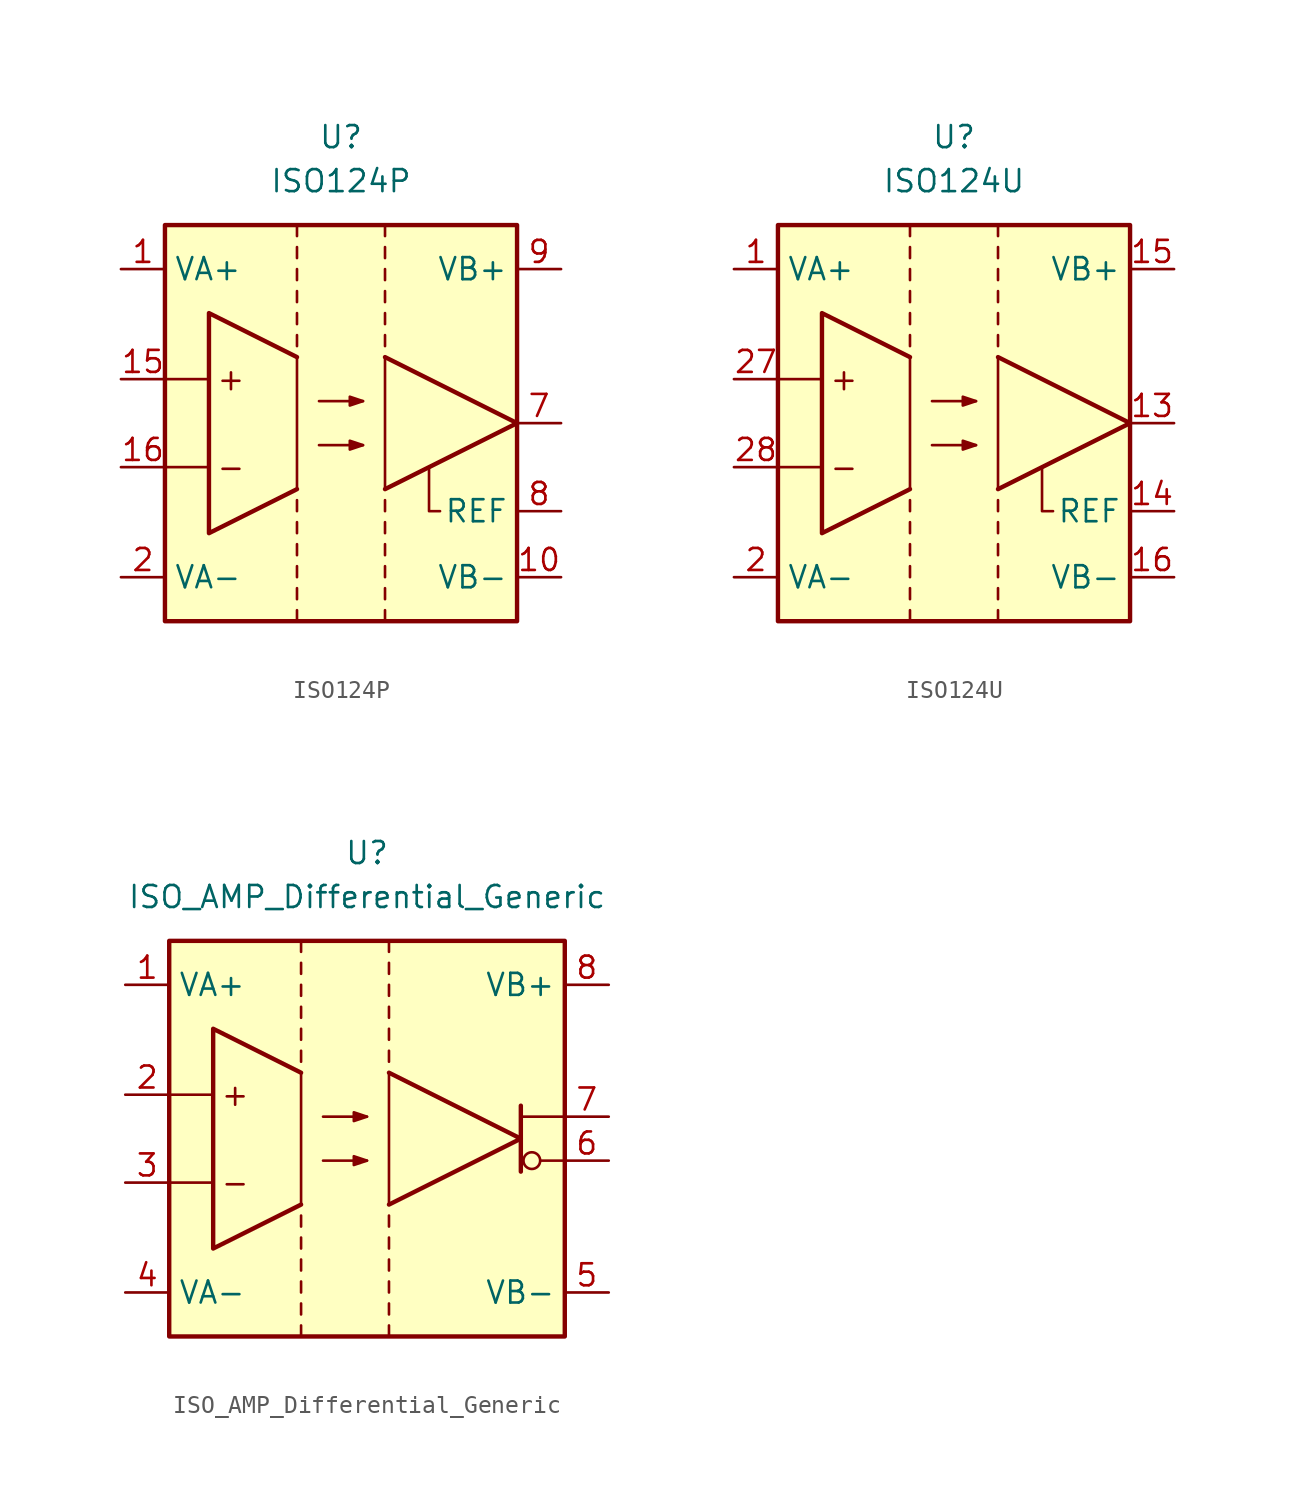
<source format=kicad_sym>
(kicad_symbol_lib
  (version 20231120)
  (generator "kicad_symbol_editor")
  (generator_version "8.0")
  (symbol "ISO124P"
    (property "Reference" "U"
      (at 0 16.51 0)
      (effects (font (size 1.27 1.27))))
    (property "Value" "ISO124P"
      (at 0 13.97 0)
      (effects (font (size 1.27 1.27))))
    (symbol "ISO124P_0_0"
      (rectangle (start -10.16 11.43) (end 10.16 -11.43) (stroke (width 0.254) (type default)) (fill (type background)))
      (polyline (pts (xy -10.16 -2.54) (xy -7.62 -2.54)) (stroke (width 0.152) (type default)) (fill (type none)))
      (polyline (pts (xy -10.16 2.54) (xy -7.62 2.54)) (stroke (width 0.152) (type default)) (fill (type none)))
      (text "+" (at -6.35 2.54 0) (effects (font (size 1.27 1.27))))
      (text "-" (at -6.35 -2.54 0) (effects (font (size 1.27 1.27)))))
    (symbol "ISO124P_0_1"
      (polyline (pts (xy -2.54 -11.43) (xy -2.54 -10.795)) (stroke (width 0.152) (type default)) (fill (type none)))
      (polyline (pts (xy -2.54 -10.16) (xy -2.54 -9.525)) (stroke (width 0.152) (type default)) (fill (type none)))
      (polyline (pts (xy -2.54 -8.255) (xy -2.54 -8.89)) (stroke (width 0.152) (type default)) (fill (type none)))
      (polyline (pts (xy -2.54 -6.985) (xy -2.54 -7.62)) (stroke (width 0.152) (type default)) (fill (type none)))
      (polyline (pts (xy -2.54 -5.715) (xy -2.54 -6.35)) (stroke (width 0.152) (type default)) (fill (type none)))
      (polyline (pts (xy -2.54 -4.445) (xy -2.54 -5.08)) (stroke (width 0.152) (type default)) (fill (type none)))
      (polyline (pts (xy -2.54 4.445) (xy -2.54 5.08)) (stroke (width 0.152) (type default)) (fill (type none)))
      (polyline (pts (xy -2.54 5.715) (xy -2.54 6.35)) (stroke (width 0.152) (type default)) (fill (type none)))
      (polyline (pts (xy -2.54 7.62) (xy -2.54 6.985)) (stroke (width 0.152) (type default)) (fill (type none)))
      (polyline (pts (xy -2.54 8.89) (xy -2.54 8.255)) (stroke (width 0.152) (type default)) (fill (type none)))
      (polyline (pts (xy -2.54 10.16) (xy -2.54 9.525)) (stroke (width 0.152) (type default)) (fill (type none)))
      (polyline (pts (xy -2.54 11.43) (xy -2.54 10.795)) (stroke (width 0.152) (type default)) (fill (type none)))
      (polyline (pts (xy 1.27 -1.27) (xy -1.27 -1.27)) (stroke (width 0.152) (type default)) (fill (type none)))
      (polyline (pts (xy 1.27 1.27) (xy -1.27 1.27)) (stroke (width 0.152) (type default)) (fill (type none)))
      (polyline (pts (xy 2.54 -11.43) (xy 2.54 -10.795)) (stroke (width 0.152) (type default)) (fill (type none)))
      (polyline (pts (xy 2.54 -10.16) (xy 2.54 -9.525)) (stroke (width 0.152) (type default)) (fill (type none)))
      (polyline (pts (xy 2.54 -8.255) (xy 2.54 -8.89)) (stroke (width 0.152) (type default)) (fill (type none)))
      (polyline (pts (xy 2.54 -6.985) (xy 2.54 -7.62)) (stroke (width 0.152) (type default)) (fill (type none)))
      (polyline (pts (xy 2.54 -5.715) (xy 2.54 -6.35)) (stroke (width 0.152) (type default)) (fill (type none)))
      (polyline (pts (xy 2.54 -4.445) (xy 2.54 -5.08)) (stroke (width 0.152) (type default)) (fill (type none)))
      (polyline (pts (xy 2.54 4.445) (xy 2.54 5.08)) (stroke (width 0.152) (type default)) (fill (type none)))
      (polyline (pts (xy 2.54 5.715) (xy 2.54 6.35)) (stroke (width 0.152) (type default)) (fill (type none)))
      (polyline (pts (xy 2.54 7.62) (xy 2.54 6.985)) (stroke (width 0.152) (type default)) (fill (type none)))
      (polyline (pts (xy 2.54 8.89) (xy 2.54 8.255)) (stroke (width 0.152) (type default)) (fill (type none)))
      (polyline (pts (xy 2.54 10.16) (xy 2.54 9.525)) (stroke (width 0.152) (type default)) (fill (type none)))
      (polyline (pts (xy 2.54 11.43) (xy 2.54 10.795)) (stroke (width 0.152) (type default)) (fill (type none)))
      (polyline (pts (xy 2.54 3.81) (xy 10.16 0) (xy 2.54 -3.81)) (stroke (width 0.254) (type default)) (fill (type none)))
      (polyline (pts (xy 5.715 -5.08) (xy 5.08 -5.08) (xy 5.08 -2.54)) (stroke (width 0.152) (type default)) (fill (type none)))
      (polyline (pts (xy -2.54 3.81) (xy -7.62 6.35) (xy -7.62 -6.35) (xy -2.54 -3.81)) (stroke (width 0.254) (type default)) (fill (type none)))
      (polyline (pts (xy 1.27 -1.27) (xy 0.508 -1.016) (xy 0.508 -1.524) (xy 1.27 -1.27)) (stroke (width 0.152) (type default)) (fill (type outline)))
      (polyline (pts (xy 1.27 1.27) (xy 0.508 1.524) (xy 0.508 1.016) (xy 1.27 1.27)) (stroke (width 0.152) (type default)) (fill (type outline)))
      (polyline (pts (xy 2.54 3.81) (xy 2.54 -3.81) (xy 10.16 0) (xy 2.54 3.81)) (stroke (width 0.152) (type default)) (fill (type none)))
      (polyline (pts (xy -2.54 3.81) (xy -7.62 6.35) (xy -7.62 -6.35) (xy -2.54 -3.81) (xy -2.54 3.81)) (stroke (width 0.152) (type default)) (fill (type none))))
    (symbol "ISO124P_1_1"
      (pin power_in line (at -12.7 8.89 0) (length 2.54) (name "VA+" (effects (font (size 1.27 1.27)))) (number "1" (effects (font (size 1.27 1.27)))))
      (pin power_in line (at 12.7 -8.89 180) (length 2.54) (name "VB-" (effects (font (size 1.27 1.27)))) (number "10" (effects (font (size 1.27 1.27)))))
      (pin input line (at -12.7 2.54 0) (length 2.54) (name "~" (effects (font (size 1.27 1.27)))) (number "15" (effects (font (size 1.27 1.27)))))
      (pin input line (at -12.7 -2.54 0) (length 2.54) (name "~" (effects (font (size 1.27 1.27)))) (number "16" (effects (font (size 1.27 1.27)))))
      (pin power_in line (at -12.7 -8.89 0) (length 2.54) (name "VA-" (effects (font (size 1.27 1.27)))) (number "2" (effects (font (size 1.27 1.27)))))
      (pin output line (at 12.7 0 180) (length 2.54) (name "~" (effects (font (size 1.27 1.27)))) (number "7" (effects (font (size 1.27 1.27)))))
      (pin input line (at 12.7 -5.08 180) (length 2.54) (name "REF" (effects (font (size 1.27 1.27)))) (number "8" (effects (font (size 1.27 1.27)))))
      (pin power_in line (at 12.7 8.89 180) (length 2.54) (name "VB+" (effects (font (size 1.27 1.27)))) (number "9" (effects (font (size 1.27 1.27)))))))
  (symbol "ISO124U"
    (property "Reference" "U"
      (at 0 16.51 0)
      (effects (font (size 1.27 1.27))))
    (property "Value" "ISO124U"
      (at 0 13.97 0)
      (effects (font (size 1.27 1.27))))
    (symbol "ISO124U_0_0"
      (rectangle (start -10.16 11.43) (end 10.16 -11.43) (stroke (width 0.254) (type default)) (fill (type background)))
      (polyline (pts (xy -10.16 -2.54) (xy -7.62 -2.54)) (stroke (width 0.152) (type default)) (fill (type none)))
      (polyline (pts (xy -10.16 2.54) (xy -7.62 2.54)) (stroke (width 0.152) (type default)) (fill (type none)))
      (text "+" (at -6.35 2.54 0) (effects (font (size 1.27 1.27))))
      (text "-" (at -6.35 -2.54 0) (effects (font (size 1.27 1.27)))))
    (symbol "ISO124U_0_1"
      (polyline (pts (xy -2.54 -11.43) (xy -2.54 -10.795)) (stroke (width 0.152) (type default)) (fill (type none)))
      (polyline (pts (xy -2.54 -10.16) (xy -2.54 -9.525)) (stroke (width 0.152) (type default)) (fill (type none)))
      (polyline (pts (xy -2.54 -8.255) (xy -2.54 -8.89)) (stroke (width 0.152) (type default)) (fill (type none)))
      (polyline (pts (xy -2.54 -6.985) (xy -2.54 -7.62)) (stroke (width 0.152) (type default)) (fill (type none)))
      (polyline (pts (xy -2.54 -5.715) (xy -2.54 -6.35)) (stroke (width 0.152) (type default)) (fill (type none)))
      (polyline (pts (xy -2.54 -4.445) (xy -2.54 -5.08)) (stroke (width 0.152) (type default)) (fill (type none)))
      (polyline (pts (xy -2.54 4.445) (xy -2.54 5.08)) (stroke (width 0.152) (type default)) (fill (type none)))
      (polyline (pts (xy -2.54 5.715) (xy -2.54 6.35)) (stroke (width 0.152) (type default)) (fill (type none)))
      (polyline (pts (xy -2.54 7.62) (xy -2.54 6.985)) (stroke (width 0.152) (type default)) (fill (type none)))
      (polyline (pts (xy -2.54 8.89) (xy -2.54 8.255)) (stroke (width 0.152) (type default)) (fill (type none)))
      (polyline (pts (xy -2.54 10.16) (xy -2.54 9.525)) (stroke (width 0.152) (type default)) (fill (type none)))
      (polyline (pts (xy -2.54 11.43) (xy -2.54 10.795)) (stroke (width 0.152) (type default)) (fill (type none)))
      (polyline (pts (xy 1.27 -1.27) (xy -1.27 -1.27)) (stroke (width 0.152) (type default)) (fill (type none)))
      (polyline (pts (xy 1.27 1.27) (xy -1.27 1.27)) (stroke (width 0.152) (type default)) (fill (type none)))
      (polyline (pts (xy 2.54 -11.43) (xy 2.54 -10.795)) (stroke (width 0.152) (type default)) (fill (type none)))
      (polyline (pts (xy 2.54 -10.16) (xy 2.54 -9.525)) (stroke (width 0.152) (type default)) (fill (type none)))
      (polyline (pts (xy 2.54 -8.255) (xy 2.54 -8.89)) (stroke (width 0.152) (type default)) (fill (type none)))
      (polyline (pts (xy 2.54 -6.985) (xy 2.54 -7.62)) (stroke (width 0.152) (type default)) (fill (type none)))
      (polyline (pts (xy 2.54 -5.715) (xy 2.54 -6.35)) (stroke (width 0.152) (type default)) (fill (type none)))
      (polyline (pts (xy 2.54 -4.445) (xy 2.54 -5.08)) (stroke (width 0.152) (type default)) (fill (type none)))
      (polyline (pts (xy 2.54 4.445) (xy 2.54 5.08)) (stroke (width 0.152) (type default)) (fill (type none)))
      (polyline (pts (xy 2.54 5.715) (xy 2.54 6.35)) (stroke (width 0.152) (type default)) (fill (type none)))
      (polyline (pts (xy 2.54 7.62) (xy 2.54 6.985)) (stroke (width 0.152) (type default)) (fill (type none)))
      (polyline (pts (xy 2.54 8.89) (xy 2.54 8.255)) (stroke (width 0.152) (type default)) (fill (type none)))
      (polyline (pts (xy 2.54 10.16) (xy 2.54 9.525)) (stroke (width 0.152) (type default)) (fill (type none)))
      (polyline (pts (xy 2.54 11.43) (xy 2.54 10.795)) (stroke (width 0.152) (type default)) (fill (type none)))
      (polyline (pts (xy 2.54 3.81) (xy 10.16 0) (xy 2.54 -3.81)) (stroke (width 0.254) (type default)) (fill (type none)))
      (polyline (pts (xy 5.715 -5.08) (xy 5.08 -5.08) (xy 5.08 -2.54)) (stroke (width 0.152) (type default)) (fill (type none)))
      (polyline (pts (xy -2.54 3.81) (xy -7.62 6.35) (xy -7.62 -6.35) (xy -2.54 -3.81)) (stroke (width 0.254) (type default)) (fill (type none)))
      (polyline (pts (xy 1.27 -1.27) (xy 0.508 -1.016) (xy 0.508 -1.524) (xy 1.27 -1.27)) (stroke (width 0.152) (type default)) (fill (type outline)))
      (polyline (pts (xy 1.27 1.27) (xy 0.508 1.524) (xy 0.508 1.016) (xy 1.27 1.27)) (stroke (width 0.152) (type default)) (fill (type outline)))
      (polyline (pts (xy 2.54 3.81) (xy 2.54 -3.81) (xy 10.16 0) (xy 2.54 3.81)) (stroke (width 0.152) (type default)) (fill (type none)))
      (polyline (pts (xy -2.54 3.81) (xy -7.62 6.35) (xy -7.62 -6.35) (xy -2.54 -3.81) (xy -2.54 3.81)) (stroke (width 0.152) (type default)) (fill (type none))))
    (symbol "ISO124U_1_1"
      (pin power_in line (at -12.7 8.89 0) (length 2.54) (name "VA+" (effects (font (size 1.27 1.27)))) (number "1" (effects (font (size 1.27 1.27)))))
      (pin output line (at 12.7 0 180) (length 2.54) (name "~" (effects (font (size 1.27 1.27)))) (number "13" (effects (font (size 1.27 1.27)))))
      (pin input line (at 12.7 -5.08 180) (length 2.54) (name "REF" (effects (font (size 1.27 1.27)))) (number "14" (effects (font (size 1.27 1.27)))))
      (pin power_in line (at 12.7 8.89 180) (length 2.54) (name "VB+" (effects (font (size 1.27 1.27)))) (number "15" (effects (font (size 1.27 1.27)))))
      (pin power_in line (at 12.7 -8.89 180) (length 2.54) (name "VB-" (effects (font (size 1.27 1.27)))) (number "16" (effects (font (size 1.27 1.27)))))
      (pin power_in line (at -12.7 -8.89 0) (length 2.54) (name "VA-" (effects (font (size 1.27 1.27)))) (number "2" (effects (font (size 1.27 1.27)))))
      (pin input line (at -12.7 2.54 0) (length 2.54) (name "~" (effects (font (size 1.27 1.27)))) (number "27" (effects (font (size 1.27 1.27)))))
      (pin input line (at -12.7 -2.54 0) (length 2.54) (name "~" (effects (font (size 1.27 1.27)))) (number "28" (effects (font (size 1.27 1.27)))))))
  (symbol "ISO_AMP_Differential_Generic"
    (property "Reference" "U"
      (at 0 16.51 0)
      (effects (font (size 1.27 1.27))))
    (property "Value" "ISO_AMP_Differential_Generic"
      (at 0 13.97 0)
      (effects (font (size 1.27 1.27))))
    (symbol "ISO_AMP_Differential_Generic_0_0"
      (rectangle (start -11.43 11.43) (end 11.43 -11.43) (stroke (width 0.254) (type default)) (fill (type background)))
      (polyline (pts (xy -11.43 -2.54) (xy -8.89 -2.54)) (stroke (width 0.152) (type default)) (fill (type none)))
      (polyline (pts (xy -11.43 2.54) (xy -8.89 2.54)) (stroke (width 0.152) (type default)) (fill (type none)))
      (polyline (pts (xy -3.81 3.81) (xy -3.81 -3.81)) (stroke (width 0.152) (type default)) (fill (type none)))
      (polyline (pts (xy 1.27 3.81) (xy 1.27 -3.81)) (stroke (width 0.152) (type default)) (fill (type none)))
      (polyline (pts (xy 1.27 3.81) (xy 8.89 0) (xy 1.27 -3.81)) (stroke (width 0.254) (type default)) (fill (type none)))
      (polyline (pts (xy -3.81 3.81) (xy -8.89 6.35) (xy -8.89 -6.35) (xy -3.81 -3.81)) (stroke (width 0.254) (type default)) (fill (type none)))
      (text "+" (at -7.62 2.54 0) (effects (font (size 1.27 1.27))))
      (text "-" (at -7.62 -2.54 0) (effects (font (size 1.27 1.27)))))
    (symbol "ISO_AMP_Differential_Generic_0_1"
      (polyline (pts (xy -3.81 -11.43) (xy -3.81 -10.795)) (stroke (width 0.152) (type default)) (fill (type none)))
      (polyline (pts (xy -3.81 -10.16) (xy -3.81 -9.525)) (stroke (width 0.152) (type default)) (fill (type none)))
      (polyline (pts (xy -3.81 -8.255) (xy -3.81 -8.89)) (stroke (width 0.152) (type default)) (fill (type none)))
      (polyline (pts (xy -3.81 -6.985) (xy -3.81 -7.62)) (stroke (width 0.152) (type default)) (fill (type none)))
      (polyline (pts (xy -3.81 -5.715) (xy -3.81 -6.35)) (stroke (width 0.152) (type default)) (fill (type none)))
      (polyline (pts (xy -3.81 -4.445) (xy -3.81 -5.08)) (stroke (width 0.152) (type default)) (fill (type none)))
      (polyline (pts (xy -3.81 4.445) (xy -3.81 5.08)) (stroke (width 0.152) (type default)) (fill (type none)))
      (polyline (pts (xy -3.81 5.715) (xy -3.81 6.35)) (stroke (width 0.152) (type default)) (fill (type none)))
      (polyline (pts (xy -3.81 7.62) (xy -3.81 6.985)) (stroke (width 0.152) (type default)) (fill (type none)))
      (polyline (pts (xy -3.81 8.89) (xy -3.81 8.255)) (stroke (width 0.152) (type default)) (fill (type none)))
      (polyline (pts (xy -3.81 10.16) (xy -3.81 9.525)) (stroke (width 0.152) (type default)) (fill (type none)))
      (polyline (pts (xy -3.81 11.43) (xy -3.81 10.795)) (stroke (width 0.152) (type default)) (fill (type none)))
      (polyline (pts (xy 0 -1.27) (xy -2.54 -1.27)) (stroke (width 0.152) (type default)) (fill (type none)))
      (polyline (pts (xy 0 1.27) (xy -2.54 1.27)) (stroke (width 0.152) (type default)) (fill (type none)))
      (polyline (pts (xy 1.27 -11.43) (xy 1.27 -10.795)) (stroke (width 0.152) (type default)) (fill (type none)))
      (polyline (pts (xy 1.27 -10.16) (xy 1.27 -9.525)) (stroke (width 0.152) (type default)) (fill (type none)))
      (polyline (pts (xy 1.27 -8.255) (xy 1.27 -8.89)) (stroke (width 0.152) (type default)) (fill (type none)))
      (polyline (pts (xy 1.27 -6.985) (xy 1.27 -7.62)) (stroke (width 0.152) (type default)) (fill (type none)))
      (polyline (pts (xy 1.27 -5.715) (xy 1.27 -6.35)) (stroke (width 0.152) (type default)) (fill (type none)))
      (polyline (pts (xy 1.27 -4.445) (xy 1.27 -5.08)) (stroke (width 0.152) (type default)) (fill (type none)))
      (polyline (pts (xy 1.27 4.445) (xy 1.27 5.08)) (stroke (width 0.152) (type default)) (fill (type none)))
      (polyline (pts (xy 1.27 5.715) (xy 1.27 6.35)) (stroke (width 0.152) (type default)) (fill (type none)))
      (polyline (pts (xy 1.27 7.62) (xy 1.27 6.985)) (stroke (width 0.152) (type default)) (fill (type none)))
      (polyline (pts (xy 1.27 8.89) (xy 1.27 8.255)) (stroke (width 0.152) (type default)) (fill (type none)))
      (polyline (pts (xy 1.27 10.16) (xy 1.27 9.525)) (stroke (width 0.152) (type default)) (fill (type none)))
      (polyline (pts (xy 1.27 11.43) (xy 1.27 10.795)) (stroke (width 0.152) (type default)) (fill (type none)))
      (polyline (pts (xy 8.89 1.905) (xy 8.89 -1.905)) (stroke (width 0.254) (type default)) (fill (type none)))
      (polyline (pts (xy 11.43 -1.27) (xy 10.058 -1.27)) (stroke (width 0.152) (type default)) (fill (type none)))
      (polyline (pts (xy 11.43 1.27) (xy 8.89 1.27)) (stroke (width 0.152) (type default)) (fill (type none)))
      (polyline (pts (xy 0 -1.27) (xy -0.762 -1.016) (xy -0.762 -1.524) (xy 0 -1.27)) (stroke (width 0.152) (type default)) (fill (type outline)))
      (polyline (pts (xy 0 1.27) (xy -0.762 1.524) (xy -0.762 1.016) (xy 0 1.27)) (stroke (width 0.152) (type default)) (fill (type outline)))
      (circle (center 9.525 -1.27) (radius 0.483) (stroke (width 0.152) (type default)) (fill (type none))))
    (symbol "ISO_AMP_Differential_Generic_1_1"
      (pin power_in line (at -13.97 8.89 0) (length 2.54) (name "VA+" (effects (font (size 1.27 1.27)))) (number "1" (effects (font (size 1.27 1.27)))))
      (pin input line (at -13.97 2.54 0) (length 2.54) (name "~" (effects (font (size 1.27 1.27)))) (number "2" (effects (font (size 1.27 1.27)))))
      (pin input line (at -13.97 -2.54 0) (length 2.54) (name "~" (effects (font (size 1.27 1.27)))) (number "3" (effects (font (size 1.27 1.27)))))
      (pin power_in line (at -13.97 -8.89 0) (length 2.54) (name "VA-" (effects (font (size 1.27 1.27)))) (number "4" (effects (font (size 1.27 1.27)))))
      (pin power_in line (at 13.97 -8.89 180) (length 2.54) (name "VB-" (effects (font (size 1.27 1.27)))) (number "5" (effects (font (size 1.27 1.27)))))
      (pin output line (at 13.97 -1.27 180) (length 2.54) (name "~" (effects (font (size 1.27 1.27)))) (number "6" (effects (font (size 1.27 1.27)))))
      (pin output line (at 13.97 1.27 180) (length 2.54) (name "~" (effects (font (size 1.27 1.27)))) (number "7" (effects (font (size 1.27 1.27)))))
      (pin power_in line (at 13.97 8.89 180) (length 2.54) (name "VB+" (effects (font (size 1.27 1.27)))) (number "8" (effects (font (size 1.27 1.27))))))))
</source>
